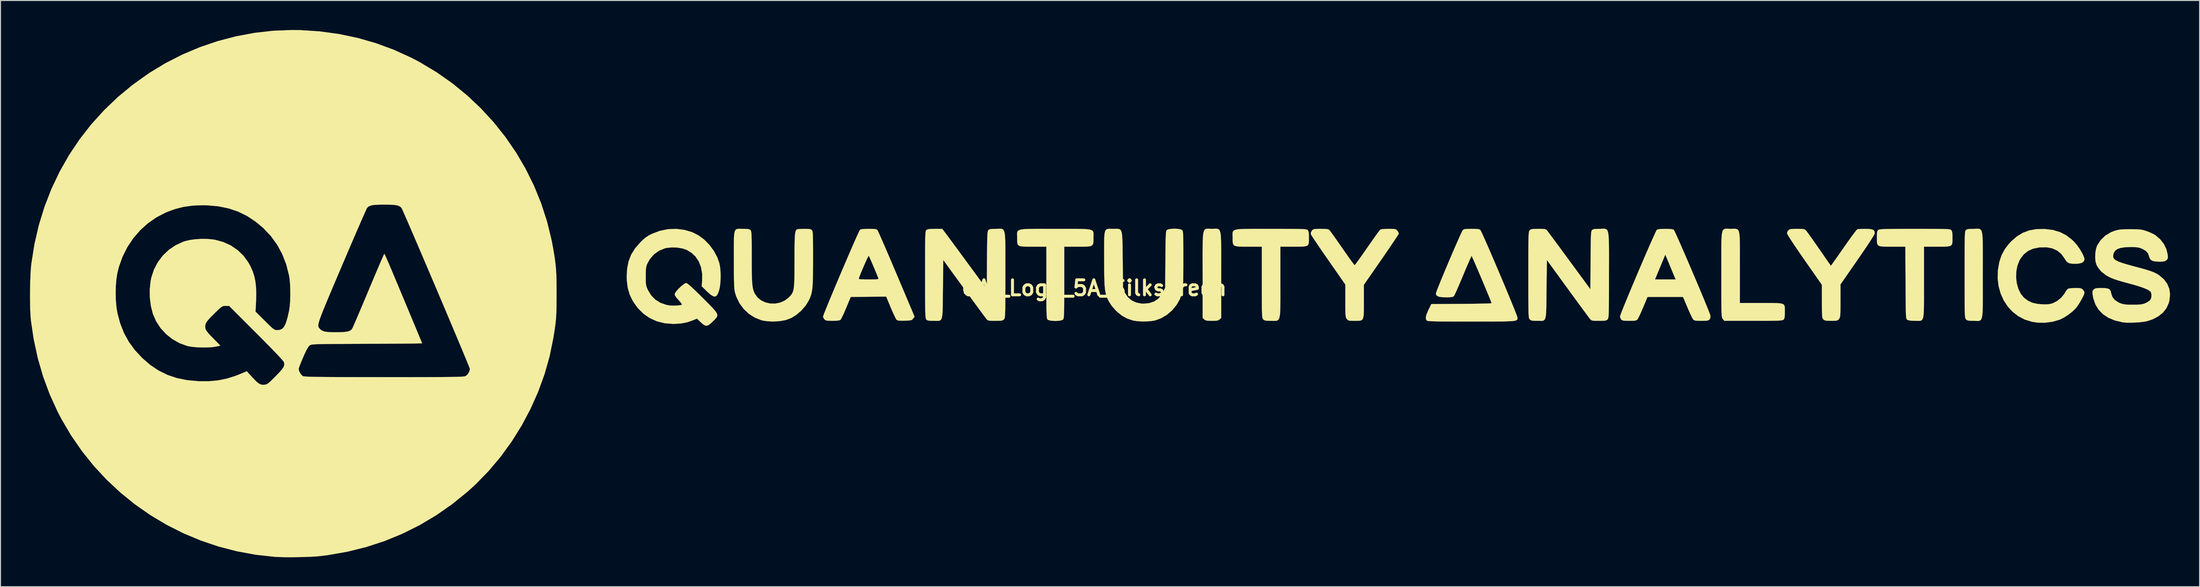
<source format=kicad_pcb>
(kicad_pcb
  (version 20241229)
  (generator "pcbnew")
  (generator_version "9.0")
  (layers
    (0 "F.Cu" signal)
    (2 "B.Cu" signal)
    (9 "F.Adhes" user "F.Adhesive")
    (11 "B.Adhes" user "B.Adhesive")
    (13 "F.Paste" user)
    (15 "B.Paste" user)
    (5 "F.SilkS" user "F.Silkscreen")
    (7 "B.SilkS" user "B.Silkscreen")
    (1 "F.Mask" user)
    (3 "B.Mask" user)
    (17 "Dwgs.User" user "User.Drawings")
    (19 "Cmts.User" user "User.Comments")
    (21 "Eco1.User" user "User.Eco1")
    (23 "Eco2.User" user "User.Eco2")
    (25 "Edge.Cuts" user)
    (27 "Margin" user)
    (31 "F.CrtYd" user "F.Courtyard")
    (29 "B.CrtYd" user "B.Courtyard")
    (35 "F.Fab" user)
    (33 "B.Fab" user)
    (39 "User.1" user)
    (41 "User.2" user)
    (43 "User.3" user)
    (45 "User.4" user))
  (footprint "QAI_Logo_5A_Silkscreen"
    (layer "F.Cu")
    (at 108.245 26.266)
    (property "Reference" "QAI_Logo_5A_Silkscreen" (at 0 0 0) (layer "F.SilkS") (effects (font (size 1.524 1.524) (thickness 0.3))))
    (attr through_hole)
    (fp_poly (pts (xy 11.73 -6.031) (xy 11.912 -6.024) (xy 11.974 -6.023) (xy 12.164 -6.028) (xy 12.327 -6.035) (xy 12.465 -6.034) (xy 12.58 -6.015) (xy 12.674 -5.968) (xy 12.749 -5.881) (xy 12.807 -5.746) (xy 12.851 -5.551) (xy 12.882 -5.286) (xy 12.902 -4.941) (xy 12.914 -4.506) (xy 12.919 -3.97) (xy 12.92 -3.324) (xy 12.919 -2.556) (xy 12.918 -1.656) (xy 12.918 -1.345) (xy 12.918 3.042) (xy 12.759 3.19) (xy 12.657 3.265) (xy 12.524 3.309) (xy 12.323 3.332) (xy 12.017 3.338) (xy 11.974 3.338) (xy 11.655 3.333) (xy 11.443 3.313) (xy 11.304 3.271) (xy 11.201 3.2) (xy 11.19 3.19) (xy 11.031 3.042) (xy 11.031 -1.345) (xy 11.03 -2.288) (xy 11.028 -3.097) (xy 11.029 -3.78) (xy 11.033 -4.35) (xy 11.042 -4.815) (xy 11.06 -5.187) (xy 11.087 -5.476) (xy 11.126 -5.691) (xy 11.18 -5.845) (xy 11.249 -5.945) (xy 11.337 -6.004) (xy 11.445 -6.031) (xy 11.575 -6.036) (xy 11.73 -6.031)) (stroke (width 0.01) (type solid)) (fill yes) (layer "F.SilkS"))
    (fp_poly (pts (xy 89.941 -6.033) (xy 90.054 -6.014) (xy 90.147 -5.965) (xy 90.221 -5.877) (xy 90.278 -5.741) (xy 90.321 -5.544) (xy 90.352 -5.278) (xy 90.372 -4.931) (xy 90.384 -4.493) (xy 90.389 -3.955) (xy 90.39 -3.306) (xy 90.389 -2.535) (xy 90.388 -1.632) (xy 90.388 -1.343) (xy 90.389 -0.4) (xy 90.39 0.409) (xy 90.39 1.092) (xy 90.386 1.662) (xy 90.376 2.128) (xy 90.359 2.5) (xy 90.332 2.788) (xy 90.293 3.004) (xy 90.241 3.158) (xy 90.172 3.258) (xy 90.086 3.317) (xy 89.98 3.344) (xy 89.853 3.35) (xy 89.701 3.345) (xy 89.524 3.339) (xy 89.469 3.338) (xy 89.147 3.333) (xy 88.934 3.315) (xy 88.797 3.276) (xy 88.7 3.21) (xy 88.682 3.193) (xy 88.652 3.16) (xy 88.627 3.117) (xy 88.605 3.053) (xy 88.588 2.957) (xy 88.573 2.819) (xy 88.562 2.626) (xy 88.553 2.368) (xy 88.547 2.034) (xy 88.542 1.613) (xy 88.54 1.093) (xy 88.538 0.464) (xy 88.537 -0.287) (xy 88.537 -1.168) (xy 88.537 -1.368) (xy 88.537 -2.28) (xy 88.538 -3.057) (xy 88.54 -3.712) (xy 88.543 -4.255) (xy 88.547 -4.696) (xy 88.553 -5.048) (xy 88.562 -5.32) (xy 88.573 -5.524) (xy 88.587 -5.671) (xy 88.604 -5.772) (xy 88.624 -5.838) (xy 88.648 -5.88) (xy 88.67 -5.903) (xy 88.775 -5.965) (xy 88.942 -6.003) (xy 89.203 -6.02) (xy 89.457 -6.023) (xy 89.644 -6.028) (xy 89.805 -6.035) (xy 89.941 -6.033)) (stroke (width 0.01) (type solid)) (fill yes) (layer "F.SilkS"))
    (fp_poly (pts (xy 64.502 -6.03) (xy 64.686 -6.024) (xy 64.734 -6.023) (xy 64.94 -6.027) (xy 65.114 -6.032) (xy 65.258 -6.026) (xy 65.376 -5.998) (xy 65.47 -5.936) (xy 65.542 -5.83) (xy 65.596 -5.669) (xy 65.633 -5.44) (xy 65.658 -5.132) (xy 65.672 -4.735) (xy 65.678 -4.237) (xy 65.679 -3.627) (xy 65.678 -2.894) (xy 65.677 -2.105) (xy 65.677 1.524) (xy 67.843 1.524) (xy 68.498 1.523) (xy 69.023 1.524) (xy 69.431 1.533) (xy 69.738 1.554) (xy 69.957 1.594) (xy 70.104 1.658) (xy 70.192 1.751) (xy 70.236 1.879) (xy 70.251 2.048) (xy 70.251 2.264) (xy 70.249 2.444) (xy 70.244 2.772) (xy 70.226 2.987) (xy 70.188 3.123) (xy 70.125 3.21) (xy 70.116 3.218) (xy 70.071 3.248) (xy 70 3.273) (xy 69.889 3.293) (xy 69.725 3.308) (xy 69.495 3.32) (xy 69.184 3.328) (xy 68.779 3.333) (xy 68.267 3.337) (xy 67.633 3.338) (xy 67.037 3.338) (xy 64.091 3.338) (xy 63.941 3.147) (xy 63.909 3.105) (xy 63.883 3.055) (xy 63.861 2.987) (xy 63.842 2.89) (xy 63.827 2.752) (xy 63.816 2.561) (xy 63.807 2.307) (xy 63.8 1.978) (xy 63.796 1.564) (xy 63.793 1.051) (xy 63.791 0.43) (xy 63.79 -0.312) (xy 63.79 -1.184) (xy 63.79 -1.389) (xy 63.789 -2.327) (xy 63.788 -3.13) (xy 63.788 -3.809) (xy 63.792 -4.374) (xy 63.802 -4.836) (xy 63.82 -5.204) (xy 63.848 -5.489) (xy 63.888 -5.701) (xy 63.942 -5.851) (xy 64.013 -5.949) (xy 64.102 -6.006) (xy 64.212 -6.031) (xy 64.344 -6.036) (xy 64.502 -6.03)) (stroke (width 0.01) (type solid)) (fill yes) (layer "F.SilkS"))
    (fp_poly (pts (xy -1.789 -6.023) (xy -1.305 -6.016) (xy -0.92 -6.002) (xy -0.623 -5.977) (xy -0.404 -5.938) (xy -0.25 -5.885) (xy -0.151 -5.812) (xy -0.094 -5.72) (xy -0.07 -5.603) (xy -0.065 -5.461) (xy -0.07 -5.29) (xy -0.073 -5.132) (xy -0.073 -4.832) (xy -0.087 -4.605) (xy -0.132 -4.441) (xy -0.227 -4.33) (xy -0.387 -4.261) (xy -0.633 -4.225) (xy -0.981 -4.211) (xy -1.449 -4.209) (xy -1.673 -4.209) (xy -3.048 -4.209) (xy -3.048 -0.556) (xy -3.048 0.268) (xy -3.049 0.959) (xy -3.051 1.529) (xy -3.055 1.991) (xy -3.061 2.356) (xy -3.069 2.636) (xy -3.081 2.845) (xy -3.095 2.993) (xy -3.114 3.094) (xy -3.136 3.159) (xy -3.163 3.201) (xy -3.181 3.218) (xy -3.335 3.288) (xy -3.585 3.332) (xy -3.887 3.35) (xy -4.199 3.341) (xy -4.477 3.308) (xy -4.679 3.249) (xy -4.742 3.206) (xy -4.769 3.165) (xy -4.792 3.099) (xy -4.811 2.998) (xy -4.826 2.847) (xy -4.838 2.636) (xy -4.847 2.352) (xy -4.854 1.983) (xy -4.858 1.517) (xy -4.861 0.942) (xy -4.862 0.246) (xy -4.862 -0.568) (xy -4.862 -4.209) (xy -6.237 -4.209) (xy -6.758 -4.21) (xy -7.152 -4.218) (xy -7.436 -4.244) (xy -7.628 -4.298) (xy -7.747 -4.391) (xy -7.81 -4.532) (xy -7.834 -4.733) (xy -7.838 -5.003) (xy -7.838 -5.132) (xy -7.841 -5.328) (xy -7.845 -5.493) (xy -7.838 -5.629) (xy -7.807 -5.741) (xy -7.743 -5.829) (xy -7.633 -5.897) (xy -7.467 -5.947) (xy -7.232 -5.983) (xy -6.918 -6.006) (xy -6.514 -6.018) (xy -6.007 -6.024) (xy -5.387 -6.025) (xy -4.642 -6.024) (xy -3.955 -6.023) (xy -3.103 -6.024) (xy -2.385 -6.025) (xy -1.789 -6.023)) (stroke (width 0.01) (type solid)) (fill yes) (layer "F.SilkS"))
    (fp_poly (pts (xy 17.245 -6.024) (xy 17.986 -6.023) (xy 18.806 -6.023) (xy 19.492 -6.022) (xy 20.058 -6.02) (xy 20.516 -6.016) (xy 20.877 -6.01) (xy 21.154 -6.002) (xy 21.36 -5.99) (xy 21.505 -5.975) (xy 21.604 -5.957) (xy 21.668 -5.934) (xy 21.708 -5.906) (xy 21.724 -5.891) (xy 21.786 -5.786) (xy 21.823 -5.618) (xy 21.841 -5.357) (xy 21.844 -5.104) (xy 21.843 -4.811) (xy 21.829 -4.591) (xy 21.784 -4.432) (xy 21.69 -4.324) (xy 21.529 -4.258) (xy 21.284 -4.224) (xy 20.935 -4.211) (xy 20.466 -4.209) (xy 20.26 -4.209) (xy 18.941 -4.209) (xy 18.941 -0.627) (xy 18.942 0.235) (xy 18.943 0.962) (xy 18.94 1.567) (xy 18.933 2.06) (xy 18.917 2.453) (xy 18.89 2.757) (xy 18.849 2.984) (xy 18.793 3.144) (xy 18.717 3.249) (xy 18.62 3.31) (xy 18.498 3.338) (xy 18.349 3.345) (xy 18.171 3.341) (xy 17.992 3.338) (xy 17.668 3.334) (xy 17.455 3.315) (xy 17.317 3.277) (xy 17.22 3.213) (xy 17.199 3.193) (xy 17.167 3.156) (xy 17.139 3.109) (xy 17.117 3.039) (xy 17.099 2.933) (xy 17.084 2.78) (xy 17.073 2.567) (xy 17.066 2.281) (xy 17.06 1.911) (xy 17.057 1.444) (xy 17.055 0.868) (xy 17.054 0.17) (xy 17.054 -0.581) (xy 17.054 -4.209) (xy 15.712 -4.209) (xy 15.185 -4.21) (xy 14.786 -4.219) (xy 14.496 -4.246) (xy 14.299 -4.301) (xy 14.176 -4.394) (xy 14.111 -4.534) (xy 14.084 -4.732) (xy 14.079 -4.996) (xy 14.079 -5.116) (xy 14.075 -5.315) (xy 14.071 -5.482) (xy 14.078 -5.621) (xy 14.107 -5.734) (xy 14.17 -5.824) (xy 14.279 -5.894) (xy 14.443 -5.945) (xy 14.675 -5.981) (xy 14.986 -6.005) (xy 15.387 -6.018) (xy 15.89 -6.024) (xy 16.505 -6.025) (xy 17.245 -6.024)) (stroke (width 0.01) (type solid)) (fill yes) (layer "F.SilkS"))
    (fp_poly (pts (xy 84.286 -6.023) (xy 84.97 -6.022) (xy 85.533 -6.02) (xy 85.988 -6.016) (xy 86.346 -6.01) (xy 86.621 -6.001) (xy 86.825 -5.99) (xy 86.969 -5.975) (xy 87.066 -5.956) (xy 87.129 -5.933) (xy 87.169 -5.905) (xy 87.183 -5.891) (xy 87.245 -5.786) (xy 87.283 -5.618) (xy 87.3 -5.357) (xy 87.303 -5.104) (xy 87.303 -4.811) (xy 87.289 -4.591) (xy 87.244 -4.432) (xy 87.15 -4.324) (xy 86.989 -4.258) (xy 86.743 -4.224) (xy 86.394 -4.211) (xy 85.925 -4.209) (xy 85.719 -4.209) (xy 84.401 -4.209) (xy 84.401 -0.581) (xy 84.402 0.276) (xy 84.403 0.999) (xy 84.401 1.599) (xy 84.394 2.088) (xy 84.38 2.477) (xy 84.354 2.777) (xy 84.316 3) (xy 84.262 3.156) (xy 84.189 3.258) (xy 84.095 3.316) (xy 83.977 3.341) (xy 83.832 3.345) (xy 83.658 3.34) (xy 83.475 3.336) (xy 83.102 3.324) (xy 82.851 3.289) (xy 82.702 3.229) (xy 82.695 3.224) (xy 82.663 3.195) (xy 82.635 3.155) (xy 82.612 3.09) (xy 82.594 2.99) (xy 82.579 2.841) (xy 82.567 2.631) (xy 82.557 2.349) (xy 82.55 1.982) (xy 82.544 1.518) (xy 82.539 0.945) (xy 82.534 0.251) (xy 82.53 -0.547) (xy 82.51 -4.209) (xy 81.18 -4.209) (xy 80.665 -4.209) (xy 80.277 -4.217) (xy 79.998 -4.243) (xy 79.81 -4.298) (xy 79.695 -4.391) (xy 79.636 -4.535) (xy 79.614 -4.738) (xy 79.611 -5.013) (xy 79.611 -5.129) (xy 79.616 -5.457) (xy 79.634 -5.673) (xy 79.672 -5.808) (xy 79.735 -5.895) (xy 79.744 -5.903) (xy 79.785 -5.931) (xy 79.85 -5.954) (xy 79.953 -5.973) (xy 80.104 -5.988) (xy 80.316 -6) (xy 80.602 -6.009) (xy 80.973 -6.015) (xy 81.441 -6.019) (xy 82.019 -6.022) (xy 82.72 -6.023) (xy 83.47 -6.023) (xy 84.286 -6.023)) (stroke (width 0.01) (type solid)) (fill yes) (layer "F.SilkS"))
    (fp_poly (pts (xy 78.84 -6.012) (xy 79.111 -5.972) (xy 79.28 -5.894) (xy 79.368 -5.767) (xy 79.393 -5.583) (xy 79.393 -5.574) (xy 79.35 -5.457) (xy 79.22 -5.225) (xy 79.003 -4.878) (xy 78.7 -4.415) (xy 78.311 -3.837) (xy 77.836 -3.144) (xy 77.651 -2.877) (xy 75.91 -0.365) (xy 75.91 1.295) (xy 75.909 1.83) (xy 75.906 2.24) (xy 75.899 2.544) (xy 75.886 2.761) (xy 75.866 2.912) (xy 75.838 3.016) (xy 75.799 3.093) (xy 75.759 3.147) (xy 75.678 3.239) (xy 75.587 3.295) (xy 75.452 3.325) (xy 75.237 3.336) (xy 74.961 3.338) (xy 74.637 3.334) (xy 74.423 3.315) (xy 74.285 3.277) (xy 74.188 3.213) (xy 74.168 3.193) (xy 74.122 3.139) (xy 74.086 3.069) (xy 74.061 2.964) (xy 74.043 2.806) (xy 74.031 2.574) (xy 74.025 2.252) (xy 74.022 1.818) (xy 74.021 1.361) (xy 74.02 -0.327) (xy 72.246 -2.867) (xy 71.854 -3.431) (xy 71.496 -3.956) (xy 71.178 -4.427) (xy 70.909 -4.834) (xy 70.698 -5.164) (xy 70.551 -5.405) (xy 70.477 -5.545) (xy 70.47 -5.57) (xy 70.517 -5.742) (xy 70.612 -5.878) (xy 70.696 -5.945) (xy 70.809 -5.988) (xy 70.981 -6.012) (xy 71.245 -6.022) (xy 71.506 -6.023) (xy 71.849 -6.021) (xy 72.078 -6.009) (xy 72.226 -5.982) (xy 72.324 -5.935) (xy 72.403 -5.861) (xy 72.404 -5.86) (xy 72.483 -5.759) (xy 72.632 -5.556) (xy 72.839 -5.267) (xy 73.093 -4.909) (xy 73.38 -4.499) (xy 73.689 -4.055) (xy 73.733 -3.991) (xy 74.037 -3.553) (xy 74.313 -3.155) (xy 74.55 -2.812) (xy 74.739 -2.541) (xy 74.868 -2.355) (xy 74.927 -2.27) (xy 74.929 -2.267) (xy 74.973 -2.319) (xy 75.089 -2.477) (xy 75.267 -2.725) (xy 75.498 -3.051) (xy 75.77 -3.439) (xy 76.075 -3.876) (xy 76.225 -4.091) (xy 76.546 -4.55) (xy 76.845 -4.97) (xy 77.111 -5.336) (xy 77.333 -5.634) (xy 77.5 -5.848) (xy 77.601 -5.964) (xy 77.621 -5.979) (xy 77.74 -5.998) (xy 77.967 -6.013) (xy 78.262 -6.022) (xy 78.444 -6.023) (xy 78.84 -6.012)) (stroke (width 0.01) (type solid)) (fill yes) (layer "F.SilkS"))
    (fp_poly (pts (xy 30.281 -6.022) (xy 30.504 -6.011) (xy 30.646 -5.986) (xy 30.738 -5.939) (xy 30.813 -5.863) (xy 30.838 -5.832) (xy 30.942 -5.674) (xy 30.988 -5.553) (xy 30.988 -5.549) (xy 30.948 -5.471) (xy 30.833 -5.288) (xy 30.652 -5.011) (xy 30.414 -4.653) (xy 30.126 -4.226) (xy 29.798 -3.745) (xy 29.438 -3.221) (xy 29.21 -2.892) (xy 27.432 -0.327) (xy 27.432 1.361) (xy 27.432 1.948) (xy 27.428 2.405) (xy 27.411 2.75) (xy 27.374 2.997) (xy 27.31 3.164) (xy 27.21 3.265) (xy 27.068 3.317) (xy 26.876 3.337) (xy 26.626 3.339) (xy 26.494 3.338) (xy 26.182 3.336) (xy 25.98 3.322) (xy 25.853 3.289) (xy 25.765 3.228) (xy 25.696 3.147) (xy 25.647 3.078) (xy 25.61 2.997) (xy 25.584 2.885) (xy 25.565 2.722) (xy 25.554 2.488) (xy 25.548 2.163) (xy 25.546 1.728) (xy 25.545 1.3) (xy 25.545 -0.356) (xy 23.813 -2.845) (xy 23.44 -3.383) (xy 23.092 -3.888) (xy 22.779 -4.347) (xy 22.509 -4.747) (xy 22.291 -5.074) (xy 22.134 -5.315) (xy 22.047 -5.457) (xy 22.034 -5.486) (xy 22.048 -5.68) (xy 22.138 -5.831) (xy 22.213 -5.917) (xy 22.295 -5.973) (xy 22.415 -6.005) (xy 22.605 -6.019) (xy 22.897 -6.023) (xy 23.047 -6.023) (xy 23.402 -6.019) (xy 23.642 -6.005) (xy 23.796 -5.975) (xy 23.895 -5.925) (xy 23.93 -5.894) (xy 24.003 -5.802) (xy 24.147 -5.607) (xy 24.349 -5.326) (xy 24.599 -4.974) (xy 24.883 -4.568) (xy 25.191 -4.126) (xy 25.249 -4.043) (xy 25.555 -3.603) (xy 25.836 -3.205) (xy 26.08 -2.863) (xy 26.277 -2.592) (xy 26.416 -2.408) (xy 26.486 -2.325) (xy 26.491 -2.322) (xy 26.544 -2.38) (xy 26.668 -2.542) (xy 26.853 -2.795) (xy 27.088 -3.123) (xy 27.362 -3.511) (xy 27.665 -3.946) (xy 27.759 -4.082) (xy 28.073 -4.533) (xy 28.363 -4.947) (xy 28.621 -5.309) (xy 28.833 -5.603) (xy 28.989 -5.812) (xy 29.078 -5.922) (xy 29.089 -5.933) (xy 29.232 -5.982) (xy 29.513 -6.012) (xy 29.923 -6.023) (xy 29.944 -6.023) (xy 30.281 -6.022)) (stroke (width 0.01) (type solid)) (fill yes) (layer "F.SilkS"))
    (fp_poly (pts (xy 96.733 -6.003) (xy 97.531 -5.903) (xy 98.245 -5.69) (xy 98.89 -5.356) (xy 99.48 -4.896) (xy 99.748 -4.628) (xy 99.988 -4.341) (xy 100.221 -4.01) (xy 100.43 -3.667) (xy 100.597 -3.344) (xy 100.702 -3.074) (xy 100.729 -2.921) (xy 100.663 -2.719) (xy 100.469 -2.573) (xy 100.154 -2.489) (xy 99.817 -2.467) (xy 99.449 -2.478) (xy 99.189 -2.522) (xy 99.001 -2.616) (xy 98.849 -2.777) (xy 98.713 -2.995) (xy 98.376 -3.462) (xy 97.958 -3.81) (xy 97.458 -4.039) (xy 96.875 -4.149) (xy 96.209 -4.141) (xy 96.123 -4.132) (xy 95.507 -4.007) (xy 94.989 -3.777) (xy 94.56 -3.437) (xy 94.212 -2.982) (xy 94.1 -2.778) (xy 93.897 -2.245) (xy 93.789 -1.665) (xy 93.772 -1.066) (xy 93.844 -0.476) (xy 93.999 0.077) (xy 94.234 0.564) (xy 94.546 0.959) (xy 94.607 1.015) (xy 94.999 1.304) (xy 95.426 1.499) (xy 95.921 1.613) (xy 96.411 1.655) (xy 96.78 1.663) (xy 97.053 1.651) (xy 97.276 1.614) (xy 97.498 1.546) (xy 97.552 1.526) (xy 97.971 1.305) (xy 98.36 0.984) (xy 98.671 0.606) (xy 98.764 0.446) (xy 98.887 0.248) (xy 99.015 0.104) (xy 99.055 0.075) (xy 99.191 0.04) (xy 99.427 0.014) (xy 99.719 0.001) (xy 99.805 0) (xy 100.112 0.004) (xy 100.311 0.022) (xy 100.441 0.063) (xy 100.537 0.134) (xy 100.571 0.168) (xy 100.684 0.326) (xy 100.729 0.465) (xy 100.69 0.624) (xy 100.584 0.867) (xy 100.431 1.161) (xy 100.249 1.474) (xy 100.057 1.772) (xy 99.873 2.021) (xy 99.821 2.082) (xy 99.5 2.395) (xy 99.094 2.711) (xy 98.657 2.993) (xy 98.244 3.203) (xy 98.189 3.225) (xy 97.483 3.43) (xy 96.721 3.529) (xy 95.949 3.518) (xy 95.395 3.437) (xy 94.666 3.212) (xy 94.006 2.87) (xy 93.424 2.421) (xy 92.924 1.88) (xy 92.516 1.257) (xy 92.204 0.566) (xy 91.996 -0.181) (xy 91.899 -0.972) (xy 91.919 -1.794) (xy 92.064 -2.634) (xy 92.067 -2.649) (xy 92.298 -3.343) (xy 92.631 -3.965) (xy 93.084 -4.548) (xy 93.284 -4.757) (xy 93.849 -5.248) (xy 94.444 -5.613) (xy 95.087 -5.857) (xy 95.795 -5.987) (xy 96.588 -6.009) (xy 96.733 -6.003)) (stroke (width 0.01) (type solid)) (fill yes) (layer "F.SilkS"))
    (fp_poly (pts (xy 8.377 -6.03) (xy 8.661 -5.999) (xy 8.873 -5.941) (xy 8.951 -5.891) (xy 8.982 -5.845) (xy 9.007 -5.773) (xy 9.027 -5.661) (xy 9.042 -5.495) (xy 9.053 -5.262) (xy 9.061 -4.947) (xy 9.066 -4.538) (xy 9.069 -4.019) (xy 9.07 -3.378) (xy 9.07 -2.897) (xy 9.069 -2.13) (xy 9.065 -1.494) (xy 9.059 -0.973) (xy 9.049 -0.554) (xy 9.035 -0.222) (xy 9.017 0.037) (xy 8.995 0.239) (xy 8.967 0.398) (xy 8.96 0.428) (xy 8.732 1.097) (xy 8.384 1.715) (xy 7.935 2.263) (xy 7.401 2.723) (xy 6.801 3.078) (xy 6.194 3.297) (xy 5.812 3.363) (xy 5.346 3.398) (xy 4.849 3.401) (xy 4.376 3.372) (xy 3.981 3.311) (xy 3.919 3.295) (xy 3.345 3.099) (xy 2.843 2.825) (xy 2.367 2.445) (xy 2.207 2.292) (xy 1.779 1.807) (xy 1.48 1.341) (xy 1.463 1.306) (xy 1.358 1.082) (xy 1.271 0.867) (xy 1.2 0.645) (xy 1.143 0.402) (xy 1.1 0.12) (xy 1.067 -0.216) (xy 1.045 -0.622) (xy 1.03 -1.115) (xy 1.022 -1.71) (xy 1.018 -2.423) (xy 1.017 -2.982) (xy 1.016 -3.728) (xy 1.015 -4.342) (xy 1.019 -4.836) (xy 1.031 -5.224) (xy 1.055 -5.517) (xy 1.095 -5.73) (xy 1.156 -5.875) (xy 1.24 -5.964) (xy 1.351 -6.011) (xy 1.495 -6.028) (xy 1.673 -6.028) (xy 1.891 -6.024) (xy 1.936 -6.023) (xy 2.157 -6.027) (xy 2.34 -6.027) (xy 2.489 -6.014) (xy 2.607 -5.973) (xy 2.699 -5.893) (xy 2.767 -5.76) (xy 2.815 -5.563) (xy 2.848 -5.29) (xy 2.869 -4.926) (xy 2.882 -4.461) (xy 2.891 -3.881) (xy 2.898 -3.175) (xy 2.903 -2.805) (xy 2.939 0.109) (xy 3.136 0.508) (xy 3.423 0.931) (xy 3.81 1.258) (xy 4.28 1.479) (xy 4.818 1.586) (xy 5.012 1.594) (xy 5.602 1.539) (xy 6.111 1.366) (xy 6.533 1.079) (xy 6.865 0.679) (xy 6.991 0.449) (xy 7.221 -0.036) (xy 7.244 -2.902) (xy 7.25 -3.634) (xy 7.257 -4.234) (xy 7.265 -4.715) (xy 7.275 -5.092) (xy 7.287 -5.378) (xy 7.302 -5.587) (xy 7.32 -5.731) (xy 7.343 -5.825) (xy 7.371 -5.882) (xy 7.382 -5.896) (xy 7.524 -5.969) (xy 7.766 -6.015) (xy 8.065 -6.036) (xy 8.377 -6.03)) (stroke (width 0.01) (type solid)) (fill yes) (layer "F.SilkS"))
    (fp_poly (pts (xy 58.502 -6.013) (xy 58.789 -5.984) (xy 58.945 -5.936) (xy 58.95 -5.933) (xy 58.998 -5.852) (xy 59.097 -5.651) (xy 59.239 -5.343) (xy 59.419 -4.943) (xy 59.631 -4.464) (xy 59.869 -3.92) (xy 60.128 -3.324) (xy 60.401 -2.691) (xy 60.683 -2.035) (xy 60.967 -1.368) (xy 61.249 -0.705) (xy 61.521 -0.06) (xy 61.778 0.554) (xy 62.015 1.123) (xy 62.224 1.633) (xy 62.402 2.069) (xy 62.54 2.42) (xy 62.635 2.67) (xy 62.679 2.805) (xy 62.68 2.814) (xy 62.677 3.046) (xy 62.591 3.195) (xy 62.512 3.263) (xy 62.4 3.305) (xy 62.224 3.328) (xy 61.952 3.337) (xy 61.758 3.338) (xy 61.421 3.334) (xy 61.197 3.319) (xy 61.055 3.287) (xy 60.963 3.232) (xy 60.93 3.2) (xy 60.86 3.088) (xy 60.747 2.867) (xy 60.605 2.565) (xy 60.445 2.209) (xy 60.349 1.985) (xy 59.893 0.907) (xy 56.285 0.907) (xy 55.832 1.986) (xy 55.67 2.363) (xy 55.517 2.7) (xy 55.387 2.971) (xy 55.291 3.15) (xy 55.256 3.201) (xy 55.176 3.266) (xy 55.059 3.307) (xy 54.873 3.329) (xy 54.586 3.338) (xy 54.429 3.338) (xy 54.089 3.334) (xy 53.863 3.318) (xy 53.72 3.285) (xy 53.63 3.23) (xy 53.605 3.206) (xy 53.509 3.028) (xy 53.485 2.896) (xy 53.513 2.794) (xy 53.593 2.575) (xy 53.719 2.25) (xy 53.885 1.835) (xy 54.086 1.343) (xy 54.315 0.787) (xy 54.566 0.183) (xy 54.835 -0.458) (xy 55.009 -0.871) (xy 57.039 -0.871) (xy 59.148 -0.871) (xy 59.033 -1.143) (xy 58.957 -1.323) (xy 58.843 -1.596) (xy 58.708 -1.921) (xy 58.602 -2.177) (xy 58.464 -2.509) (xy 58.337 -2.813) (xy 58.237 -3.052) (xy 58.188 -3.168) (xy 58.09 -3.397) (xy 57.68 -2.406) (xy 57.524 -2.03) (xy 57.378 -1.679) (xy 57.256 -1.386) (xy 57.171 -1.184) (xy 57.154 -1.143) (xy 57.039 -0.871) (xy 55.009 -0.871) (xy 55.114 -1.12) (xy 55.399 -1.791) (xy 55.683 -2.456) (xy 55.96 -3.101) (xy 56.225 -3.713) (xy 56.472 -4.279) (xy 56.694 -4.783) (xy 56.887 -5.214) (xy 57.043 -5.556) (xy 57.158 -5.795) (xy 57.226 -5.919) (xy 57.237 -5.933) (xy 57.384 -5.981) (xy 57.665 -6.012) (xy 58.066 -6.023) (xy 58.093 -6.023) (xy 58.502 -6.013)) (stroke (width 0.01) (type solid)) (fill yes) (layer "F.SilkS"))
    (fp_poly (pts (xy -22.572 -6.02) (xy -22.331 -6.006) (xy -22.178 -5.978) (xy -22.084 -5.932) (xy -22.047 -5.896) (xy -22.001 -5.809) (xy -21.903 -5.599) (xy -21.759 -5.279) (xy -21.574 -4.859) (xy -21.353 -4.352) (xy -21.101 -3.769) (xy -20.823 -3.121) (xy -20.524 -2.42) (xy -20.209 -1.678) (xy -20.103 -1.427) (xy -18.269 2.915) (xy -18.413 3.108) (xy -18.488 3.198) (xy -18.575 3.256) (xy -18.705 3.29) (xy -18.912 3.309) (xy -19.228 3.322) (xy -19.267 3.323) (xy -19.623 3.328) (xy -19.863 3.316) (xy -20.014 3.283) (xy -20.096 3.235) (xy -20.164 3.133) (xy -20.273 2.922) (xy -20.412 2.626) (xy -20.57 2.271) (xy -20.686 1.999) (xy -21.155 0.872) (xy -22.958 0.89) (xy -24.762 0.907) (xy -25.229 2.032) (xy -25.391 2.413) (xy -25.544 2.75) (xy -25.676 3.018) (xy -25.773 3.193) (xy -25.816 3.248) (xy -25.961 3.297) (xy -26.233 3.328) (xy -26.611 3.338) (xy -26.942 3.334) (xy -27.161 3.317) (xy -27.303 3.282) (xy -27.4 3.222) (xy -27.432 3.193) (xy -27.541 3.038) (xy -27.577 2.909) (xy -27.549 2.813) (xy -27.47 2.598) (xy -27.344 2.278) (xy -27.178 1.867) (xy -26.978 1.378) (xy -26.749 0.825) (xy -26.497 0.223) (xy -26.229 -0.416) (xy -26.014 -0.925) (xy -23.949 -0.925) (xy -23.881 -0.906) (xy -23.693 -0.889) (xy -23.412 -0.877) (xy -23.063 -0.871) (xy -22.925 -0.871) (xy -22.504 -0.874) (xy -22.212 -0.884) (xy -22.031 -0.902) (xy -21.947 -0.93) (xy -21.937 -0.962) (xy -22.049 -1.241) (xy -22.186 -1.575) (xy -22.337 -1.936) (xy -22.491 -2.301) (xy -22.638 -2.642) (xy -22.765 -2.935) (xy -22.863 -3.154) (xy -22.92 -3.274) (xy -22.929 -3.287) (xy -22.968 -3.239) (xy -23.05 -3.081) (xy -23.164 -2.839) (xy -23.3 -2.539) (xy -23.446 -2.206) (xy -23.592 -1.865) (xy -23.726 -1.542) (xy -23.837 -1.262) (xy -23.915 -1.051) (xy -23.949 -0.933) (xy -23.949 -0.925) (xy -26.014 -0.925) (xy -25.95 -1.078) (xy -25.665 -1.748) (xy -25.381 -2.413) (xy -25.104 -3.06) (xy -24.839 -3.675) (xy -24.592 -4.243) (xy -24.369 -4.752) (xy -24.175 -5.187) (xy -24.018 -5.535) (xy -23.902 -5.782) (xy -23.833 -5.915) (xy -23.82 -5.933) (xy -23.674 -5.982) (xy -23.39 -6.012) (xy -22.972 -6.023) (xy -22.93 -6.023) (xy -22.572 -6.02)) (stroke (width 0.01) (type solid)) (fill yes) (layer "F.SilkS"))
    (fp_poly (pts (xy -35.822 -6.024) (xy -35.729 -6.023) (xy -35.401 -6.018) (xy -35.185 -6) (xy -35.05 -5.962) (xy -34.963 -5.9) (xy -34.954 -5.891) (xy -34.923 -5.843) (xy -34.897 -5.768) (xy -34.877 -5.652) (xy -34.861 -5.479) (xy -34.85 -5.236) (xy -34.842 -4.908) (xy -34.838 -4.481) (xy -34.835 -3.939) (xy -34.834 -3.27) (xy -34.834 -3.143) (xy -34.833 -2.37) (xy -34.828 -1.726) (xy -34.818 -1.197) (xy -34.801 -0.766) (xy -34.777 -0.418) (xy -34.744 -0.138) (xy -34.701 0.09) (xy -34.646 0.282) (xy -34.578 0.453) (xy -34.516 0.58) (xy -34.238 0.968) (xy -33.868 1.266) (xy -33.432 1.47) (xy -32.952 1.577) (xy -32.454 1.584) (xy -31.961 1.49) (xy -31.498 1.29) (xy -31.088 0.982) (xy -31.086 0.98) (xy -30.941 0.836) (xy -30.822 0.701) (xy -30.725 0.558) (xy -30.649 0.394) (xy -30.59 0.194) (xy -30.547 -0.058) (xy -30.517 -0.376) (xy -30.497 -0.776) (xy -30.486 -1.272) (xy -30.481 -1.879) (xy -30.48 -2.612) (xy -30.48 -2.839) (xy -30.479 -3.584) (xy -30.475 -4.198) (xy -30.467 -4.693) (xy -30.454 -5.084) (xy -30.435 -5.383) (xy -30.409 -5.605) (xy -30.375 -5.762) (xy -30.332 -5.868) (xy -30.279 -5.936) (xy -30.24 -5.966) (xy -30.132 -5.991) (xy -29.918 -6.01) (xy -29.634 -6.021) (xy -29.493 -6.022) (xy -29.164 -6.018) (xy -28.948 -6) (xy -28.812 -5.963) (xy -28.724 -5.902) (xy -28.713 -5.891) (xy -28.682 -5.845) (xy -28.657 -5.772) (xy -28.637 -5.659) (xy -28.622 -5.491) (xy -28.611 -5.255) (xy -28.603 -4.937) (xy -28.598 -4.522) (xy -28.595 -3.998) (xy -28.594 -3.349) (xy -28.594 -2.97) (xy -28.596 -2.173) (xy -28.601 -1.505) (xy -28.611 -0.951) (xy -28.627 -0.493) (xy -28.653 -0.115) (xy -28.688 0.198) (xy -28.735 0.463) (xy -28.795 0.695) (xy -28.871 0.912) (xy -28.964 1.128) (xy -29.041 1.291) (xy -29.347 1.787) (xy -29.788 2.292) (xy -30.289 2.73) (xy -30.815 3.051) (xy -31.39 3.264) (xy -32.039 3.378) (xy -32.691 3.406) (xy -33.204 3.382) (xy -33.648 3.324) (xy -33.855 3.275) (xy -34.522 3.01) (xy -35.124 2.624) (xy -35.647 2.131) (xy -36.077 1.547) (xy -36.398 0.887) (xy -36.534 0.461) (xy -36.563 0.324) (xy -36.588 0.156) (xy -36.607 -0.056) (xy -36.622 -0.328) (xy -36.633 -0.675) (xy -36.641 -1.111) (xy -36.646 -1.652) (xy -36.648 -2.312) (xy -36.649 -2.884) (xy -36.65 -3.643) (xy -36.65 -4.27) (xy -36.647 -4.776) (xy -36.636 -5.176) (xy -36.613 -5.481) (xy -36.575 -5.704) (xy -36.518 -5.857) (xy -36.439 -5.954) (xy -36.333 -6.006) (xy -36.198 -6.027) (xy -36.028 -6.029) (xy -35.822 -6.024)) (stroke (width 0.01) (type solid)) (fill yes) (layer "F.SilkS"))
    (fp_poly (pts (xy -9.488 -6.034) (xy -9.373 -6.014) (xy -9.279 -5.966) (xy -9.204 -5.879) (xy -9.146 -5.743) (xy -9.102 -5.547) (xy -9.071 -5.282) (xy -9.051 -4.936) (xy -9.039 -4.5) (xy -9.034 -3.963) (xy -9.033 -3.314) (xy -9.034 -2.545) (xy -9.035 -1.644) (xy -9.035 -1.343) (xy -9.035 -0.436) (xy -9.036 0.337) (xy -9.038 0.987) (xy -9.04 1.526) (xy -9.045 1.964) (xy -9.051 2.312) (xy -9.06 2.583) (xy -9.071 2.786) (xy -9.085 2.934) (xy -9.102 3.037) (xy -9.123 3.106) (xy -9.148 3.153) (xy -9.173 3.186) (xy -9.251 3.255) (xy -9.353 3.3) (xy -9.51 3.325) (xy -9.755 3.336) (xy -10.056 3.338) (xy -10.393 3.337) (xy -10.617 3.327) (xy -10.76 3.301) (xy -10.856 3.253) (xy -10.936 3.176) (xy -10.97 3.135) (xy -11.046 3.037) (xy -11.198 2.834) (xy -11.417 2.538) (xy -11.695 2.161) (xy -12.021 1.716) (xy -12.388 1.215) (xy -12.786 0.67) (xy -13.206 0.094) (xy -13.244 0.042) (xy -15.349 -2.848) (xy -15.385 0.142) (xy -15.393 0.909) (xy -15.4 1.543) (xy -15.409 2.057) (xy -15.425 2.463) (xy -15.45 2.775) (xy -15.488 3.003) (xy -15.544 3.162) (xy -15.62 3.263) (xy -15.721 3.319) (xy -15.85 3.342) (xy -16.011 3.345) (xy -16.207 3.34) (xy -16.331 3.338) (xy -16.653 3.333) (xy -16.863 3.313) (xy -16.995 3.272) (xy -17.079 3.206) (xy -17.104 3.168) (xy -17.125 3.107) (xy -17.143 3.013) (xy -17.158 2.873) (xy -17.17 2.678) (xy -17.179 2.416) (xy -17.187 2.077) (xy -17.192 1.649) (xy -17.196 1.121) (xy -17.198 0.484) (xy -17.199 -0.275) (xy -17.199 -1.167) (xy -17.199 -1.355) (xy -17.199 -2.269) (xy -17.198 -3.048) (xy -17.197 -3.704) (xy -17.194 -4.248) (xy -17.19 -4.69) (xy -17.183 -5.043) (xy -17.175 -5.316) (xy -17.164 -5.521) (xy -17.15 -5.669) (xy -17.133 -5.771) (xy -17.113 -5.838) (xy -17.089 -5.88) (xy -17.067 -5.903) (xy -16.971 -5.961) (xy -16.82 -5.998) (xy -16.583 -6.017) (xy -16.233 -6.023) (xy -16.198 -6.023) (xy -15.461 -6.023) (xy -15.187 -5.672) (xy -15.088 -5.541) (xy -14.913 -5.307) (xy -14.673 -4.983) (xy -14.377 -4.582) (xy -14.035 -4.119) (xy -13.658 -3.606) (xy -13.255 -3.057) (xy -12.918 -2.598) (xy -10.922 0.125) (xy -10.903 -2.817) (xy -10.898 -3.557) (xy -10.892 -4.164) (xy -10.885 -4.654) (xy -10.876 -5.038) (xy -10.865 -5.332) (xy -10.851 -5.547) (xy -10.834 -5.699) (xy -10.812 -5.8) (xy -10.786 -5.863) (xy -10.765 -5.892) (xy -10.682 -5.956) (xy -10.554 -5.996) (xy -10.351 -6.017) (xy -10.039 -6.023) (xy -9.979 -6.023) (xy -9.788 -6.028) (xy -9.626 -6.035) (xy -9.488 -6.034)) (stroke (width 0.01) (type solid)) (fill yes) (layer "F.SilkS"))
    (fp_poly (pts (xy 38.746 -6.02) (xy 38.985 -6.007) (xy 39.139 -5.98) (xy 39.237 -5.935) (xy 39.29 -5.887) (xy 39.345 -5.79) (xy 39.45 -5.574) (xy 39.598 -5.252) (xy 39.783 -4.837) (xy 39.999 -4.345) (xy 40.242 -3.788) (xy 40.504 -3.181) (xy 40.78 -2.537) (xy 41.064 -1.87) (xy 41.35 -1.195) (xy 41.633 -0.525) (xy 41.906 0.127) (xy 42.163 0.746) (xy 42.399 1.318) (xy 42.608 1.829) (xy 42.784 2.266) (xy 42.92 2.615) (xy 43.012 2.861) (xy 43.053 2.992) (xy 43.055 3.004) (xy 43.057 3.085) (xy 43.051 3.155) (xy 43.029 3.214) (xy 42.979 3.263) (xy 42.89 3.303) (xy 42.754 3.336) (xy 42.558 3.361) (xy 42.294 3.379) (xy 41.949 3.393) (xy 41.515 3.402) (xy 40.981 3.407) (xy 40.336 3.41) (xy 39.57 3.411) (xy 38.673 3.411) (xy 38.349 3.411) (xy 37.426 3.411) (xy 36.638 3.409) (xy 35.974 3.407) (xy 35.423 3.404) (xy 34.975 3.398) (xy 34.618 3.391) (xy 34.343 3.382) (xy 34.138 3.37) (xy 33.993 3.356) (xy 33.898 3.339) (xy 33.841 3.318) (xy 33.815 3.298) (xy 33.738 3.139) (xy 33.739 2.925) (xy 33.821 2.636) (xy 33.988 2.253) (xy 34.007 2.213) (xy 34.29 1.633) (xy 37.356 1.614) (xy 38.007 1.609) (xy 38.611 1.602) (xy 39.153 1.593) (xy 39.618 1.583) (xy 39.991 1.572) (xy 40.257 1.56) (xy 40.401 1.549) (xy 40.422 1.542) (xy 40.395 1.459) (xy 40.319 1.262) (xy 40.202 0.971) (xy 40.051 0.603) (xy 39.875 0.178) (xy 39.68 -0.288) (xy 39.475 -0.774) (xy 39.268 -1.265) (xy 39.065 -1.74) (xy 38.876 -2.181) (xy 38.707 -2.571) (xy 38.566 -2.891) (xy 38.462 -3.123) (xy 38.401 -3.249) (xy 38.39 -3.266) (xy 38.352 -3.201) (xy 38.266 -3.019) (xy 38.14 -2.736) (xy 37.981 -2.368) (xy 37.795 -1.932) (xy 37.591 -1.445) (xy 37.526 -1.288) (xy 37.313 -0.781) (xy 37.113 -0.312) (xy 36.934 0.098) (xy 36.784 0.433) (xy 36.671 0.674) (xy 36.603 0.803) (xy 36.593 0.816) (xy 36.514 0.878) (xy 36.386 0.916) (xy 36.181 0.936) (xy 35.868 0.943) (xy 35.783 0.943) (xy 35.358 0.929) (xy 35.06 0.883) (xy 34.872 0.798) (xy 34.779 0.668) (xy 34.762 0.546) (xy 34.79 0.443) (xy 34.869 0.224) (xy 34.993 -0.095) (xy 35.155 -0.498) (xy 35.347 -0.968) (xy 35.563 -1.489) (xy 35.795 -2.044) (xy 36.037 -2.617) (xy 36.282 -3.192) (xy 36.522 -3.752) (xy 36.752 -4.28) (xy 36.963 -4.761) (xy 37.148 -5.178) (xy 37.302 -5.514) (xy 37.417 -5.753) (xy 37.485 -5.879) (xy 37.493 -5.89) (xy 37.568 -5.951) (xy 37.681 -5.99) (xy 37.859 -6.012) (xy 38.134 -6.022) (xy 38.39 -6.023) (xy 38.746 -6.02)) (stroke (width 0.01) (type solid)) (fill yes) (layer "F.SilkS"))
    (fp_poly (pts (xy -41.67 -5.914) (xy -40.874 -5.677) (xy -40.25 -5.361) (xy -39.664 -4.925) (xy -39.136 -4.39) (xy -38.686 -3.78) (xy -38.333 -3.118) (xy -38.129 -2.54) (xy -38.051 -2.132) (xy -38.007 -1.633) (xy -37.996 -1.093) (xy -38.02 -0.563) (xy -38.077 -0.092) (xy -38.128 0.145) (xy -38.249 0.515) (xy -38.38 0.753) (xy -38.536 0.863) (xy -38.729 0.845) (xy -38.975 0.704) (xy -39.285 0.439) (xy -39.383 0.346) (xy -39.924 -0.18) (xy -39.876 -0.761) (xy -39.875 -1.476) (xy -39.992 -2.129) (xy -40.22 -2.71) (xy -40.555 -3.209) (xy -40.992 -3.615) (xy -41.467 -3.892) (xy -41.904 -4.035) (xy -42.42 -4.118) (xy -42.959 -4.136) (xy -43.465 -4.087) (xy -43.695 -4.033) (xy -44.273 -3.792) (xy -44.772 -3.432) (xy -45.183 -2.961) (xy -45.446 -2.498) (xy -45.516 -2.33) (xy -45.563 -2.162) (xy -45.592 -1.959) (xy -45.606 -1.687) (xy -45.611 -1.313) (xy -45.611 -1.197) (xy -45.609 -0.805) (xy -45.6 -0.523) (xy -45.579 -0.313) (xy -45.538 -0.141) (xy -45.473 0.029) (xy -45.386 0.218) (xy -45.052 0.761) (xy -44.625 1.193) (xy -44.107 1.513) (xy -43.497 1.72) (xy -43.354 1.75) (xy -43.097 1.78) (xy -42.789 1.79) (xy -42.471 1.782) (xy -42.189 1.758) (xy -41.986 1.719) (xy -41.93 1.695) (xy -41.946 1.629) (xy -42.045 1.487) (xy -42.208 1.296) (xy -42.268 1.232) (xy -42.51 0.953) (xy -42.645 0.738) (xy -42.672 0.634) (xy -42.618 0.495) (xy -42.477 0.299) (xy -42.277 0.076) (xy -42.049 -0.145) (xy -41.822 -0.335) (xy -41.626 -0.466) (xy -41.502 -0.508) (xy -41.415 -0.475) (xy -41.269 -0.371) (xy -41.056 -0.19) (xy -40.768 0.076) (xy -40.398 0.433) (xy -39.938 0.888) (xy -39.825 1) (xy -39.36 1.465) (xy -38.99 1.84) (xy -38.709 2.139) (xy -38.51 2.377) (xy -38.387 2.568) (xy -38.335 2.725) (xy -38.346 2.864) (xy -38.414 2.998) (xy -38.534 3.142) (xy -38.699 3.309) (xy -38.777 3.387) (xy -39.056 3.649) (xy -39.275 3.799) (xy -39.465 3.841) (xy -39.657 3.776) (xy -39.883 3.606) (xy -40.02 3.48) (xy -40.408 3.113) (xy -40.833 3.29) (xy -41.388 3.482) (xy -41.972 3.598) (xy -42.63 3.646) (xy -42.853 3.649) (xy -43.695 3.581) (xy -44.478 3.385) (xy -45.197 3.062) (xy -45.843 2.616) (xy -46.41 2.05) (xy -46.478 1.968) (xy -46.922 1.333) (xy -47.241 0.679) (xy -47.444 -0.021) (xy -47.54 -0.792) (xy -47.55 -1.194) (xy -47.501 -2.014) (xy -47.349 -2.745) (xy -47.087 -3.408) (xy -46.705 -4.025) (xy -46.195 -4.617) (xy -46.19 -4.622) (xy -45.877 -4.928) (xy -45.607 -5.153) (xy -45.333 -5.333) (xy -45.01 -5.503) (xy -44.991 -5.512) (xy -44.188 -5.819) (xy -43.356 -5.988) (xy -42.51 -6.02) (xy -41.67 -5.914)) (stroke (width 0.01) (type solid)) (fill yes) (layer "F.SilkS"))
    (fp_poly (pts (xy 51.908 -6.034) (xy 52.023 -6.014) (xy 52.116 -5.966) (xy 52.191 -5.879) (xy 52.25 -5.743) (xy 52.293 -5.547) (xy 52.324 -5.282) (xy 52.344 -4.936) (xy 52.356 -4.5) (xy 52.362 -3.963) (xy 52.363 -3.314) (xy 52.362 -2.545) (xy 52.36 -1.644) (xy 52.36 -1.343) (xy 52.36 -0.436) (xy 52.359 0.337) (xy 52.358 0.987) (xy 52.355 1.526) (xy 52.351 1.964) (xy 52.344 2.312) (xy 52.336 2.583) (xy 52.325 2.786) (xy 52.311 2.934) (xy 52.294 3.037) (xy 52.273 3.106) (xy 52.248 3.153) (xy 52.222 3.186) (xy 52.144 3.255) (xy 52.042 3.3) (xy 51.885 3.325) (xy 51.641 3.336) (xy 51.339 3.338) (xy 51.003 3.337) (xy 50.779 3.327) (xy 50.635 3.301) (xy 50.539 3.253) (xy 50.459 3.176) (xy 50.425 3.136) (xy 50.35 3.038) (xy 50.198 2.835) (xy 49.979 2.539) (xy 49.701 2.163) (xy 49.375 1.718) (xy 49.008 1.217) (xy 48.61 0.672) (xy 48.19 0.095) (xy 48.151 0.042) (xy 46.047 -2.85) (xy 46.01 0.141) (xy 46.002 0.908) (xy 45.995 1.542) (xy 45.986 2.056) (xy 45.971 2.463) (xy 45.946 2.774) (xy 45.907 3.003) (xy 45.852 3.162) (xy 45.776 3.263) (xy 45.675 3.318) (xy 45.546 3.342) (xy 45.385 3.345) (xy 45.189 3.34) (xy 45.064 3.338) (xy 44.75 3.334) (xy 44.545 3.316) (xy 44.414 3.278) (xy 44.323 3.212) (xy 44.298 3.186) (xy 44.269 3.149) (xy 44.245 3.1) (xy 44.224 3.027) (xy 44.208 2.92) (xy 44.194 2.767) (xy 44.183 2.557) (xy 44.175 2.278) (xy 44.169 1.921) (xy 44.165 1.472) (xy 44.162 0.922) (xy 44.16 0.259) (xy 44.16 -0.528) (xy 44.16 -1.343) (xy 44.16 -2.249) (xy 44.161 -3.022) (xy 44.162 -3.672) (xy 44.165 -4.211) (xy 44.169 -4.649) (xy 44.176 -4.997) (xy 44.184 -5.268) (xy 44.195 -5.471) (xy 44.209 -5.619) (xy 44.226 -5.722) (xy 44.247 -5.791) (xy 44.272 -5.838) (xy 44.298 -5.871) (xy 44.376 -5.941) (xy 44.478 -5.985) (xy 44.635 -6.01) (xy 44.879 -6.021) (xy 45.181 -6.023) (xy 45.517 -6.022) (xy 45.741 -6.012) (xy 45.884 -5.987) (xy 45.979 -5.939) (xy 46.058 -5.861) (xy 46.095 -5.818) (xy 46.171 -5.719) (xy 46.323 -5.516) (xy 46.544 -5.22) (xy 46.822 -4.844) (xy 47.151 -4.4) (xy 47.519 -3.9) (xy 47.918 -3.357) (xy 48.34 -2.783) (xy 48.369 -2.744) (xy 50.473 0.124) (xy 50.492 -2.818) (xy 50.498 -3.557) (xy 50.503 -4.165) (xy 50.51 -4.654) (xy 50.519 -5.039) (xy 50.53 -5.332) (xy 50.544 -5.548) (xy 50.562 -5.699) (xy 50.583 -5.8) (xy 50.61 -5.863) (xy 50.631 -5.892) (xy 50.714 -5.956) (xy 50.841 -5.996) (xy 51.045 -6.017) (xy 51.357 -6.023) (xy 51.417 -6.023) (xy 51.607 -6.028) (xy 51.77 -6.035) (xy 51.908 -6.034)) (stroke (width 0.01) (type solid)) (fill yes) (layer "F.SilkS"))
    (fp_poly (pts (xy 105.845 -5.982) (xy 106.171 -5.972) (xy 106.422 -5.952) (xy 106.633 -5.916) (xy 106.84 -5.86) (xy 107.069 -5.783) (xy 107.385 -5.66) (xy 107.689 -5.519) (xy 107.923 -5.389) (xy 107.944 -5.374) (xy 108.425 -4.965) (xy 108.803 -4.479) (xy 109.064 -3.939) (xy 109.19 -3.403) (xy 109.211 -3.161) (xy 109.195 -3.012) (xy 109.132 -2.904) (xy 109.07 -2.841) (xy 108.963 -2.761) (xy 108.83 -2.714) (xy 108.631 -2.691) (xy 108.327 -2.685) (xy 108.309 -2.685) (xy 107.906 -2.706) (xy 107.621 -2.778) (xy 107.436 -2.909) (xy 107.329 -3.113) (xy 107.303 -3.221) (xy 107.193 -3.527) (xy 106.977 -3.772) (xy 106.638 -3.976) (xy 106.592 -3.997) (xy 106.392 -4.077) (xy 106.194 -4.128) (xy 105.957 -4.157) (xy 105.639 -4.169) (xy 105.41 -4.171) (xy 104.833 -4.149) (xy 104.383 -4.079) (xy 104.05 -3.954) (xy 103.822 -3.771) (xy 103.689 -3.523) (xy 103.655 -3.382) (xy 103.644 -3.215) (xy 103.677 -3.07) (xy 103.767 -2.939) (xy 103.928 -2.817) (xy 104.172 -2.697) (xy 104.512 -2.57) (xy 104.961 -2.43) (xy 105.533 -2.27) (xy 105.89 -2.175) (xy 106.499 -2.011) (xy 106.988 -1.872) (xy 107.377 -1.75) (xy 107.687 -1.637) (xy 107.938 -1.526) (xy 108.152 -1.41) (xy 108.313 -1.306) (xy 108.794 -0.9) (xy 109.141 -0.437) (xy 109.354 0.079) (xy 109.431 0.642) (xy 109.37 1.246) (xy 109.291 1.549) (xy 109.058 2.062) (xy 108.7 2.511) (xy 108.225 2.889) (xy 107.643 3.19) (xy 107.079 3.376) (xy 106.767 3.434) (xy 106.357 3.48) (xy 105.895 3.512) (xy 105.428 3.526) (xy 105.002 3.522) (xy 104.664 3.496) (xy 104.612 3.488) (xy 103.834 3.305) (xy 103.166 3.03) (xy 102.61 2.664) (xy 102.167 2.208) (xy 101.838 1.664) (xy 101.624 1.031) (xy 101.559 0.669) (xy 101.539 0.437) (xy 101.563 0.29) (xy 101.644 0.174) (xy 101.664 0.153) (xy 101.759 0.078) (xy 101.88 0.032) (xy 102.064 0.008) (xy 102.347 0.00032) (xy 102.455 0) (xy 102.841 0.011) (xy 103.108 0.053) (xy 103.28 0.141) (xy 103.383 0.286) (xy 103.44 0.504) (xy 103.447 0.545) (xy 103.573 0.92) (xy 103.829 1.232) (xy 104.21 1.477) (xy 104.344 1.535) (xy 104.546 1.607) (xy 104.747 1.654) (xy 104.984 1.682) (xy 105.295 1.694) (xy 105.664 1.696) (xy 106.066 1.692) (xy 106.36 1.678) (xy 106.58 1.649) (xy 106.764 1.601) (xy 106.948 1.53) (xy 106.949 1.529) (xy 107.181 1.406) (xy 107.368 1.27) (xy 107.439 1.193) (xy 107.526 0.971) (xy 107.548 0.713) (xy 107.506 0.478) (xy 107.422 0.341) (xy 107.203 0.193) (xy 106.86 0.035) (xy 106.389 -0.136) (xy 105.783 -0.32) (xy 105.265 -0.461) (xy 104.671 -0.621) (xy 104.195 -0.759) (xy 103.813 -0.883) (xy 103.5 -1.004) (xy 103.232 -1.129) (xy 102.986 -1.267) (xy 102.881 -1.333) (xy 102.425 -1.69) (xy 102.091 -2.107) (xy 101.943 -2.388) (xy 101.854 -2.71) (xy 101.818 -3.114) (xy 101.834 -3.55) (xy 101.899 -3.967) (xy 102.011 -4.312) (xy 102.032 -4.354) (xy 102.39 -4.894) (xy 102.851 -5.336) (xy 103.407 -5.671) (xy 103.803 -5.824) (xy 104.035 -5.89) (xy 104.258 -5.936) (xy 104.508 -5.965) (xy 104.82 -5.98) (xy 105.23 -5.985) (xy 105.41 -5.985) (xy 105.845 -5.982)) (stroke (width 0.01) (type solid)) (fill yes) (layer "F.SilkS"))
    (fp_poly (pts (xy -80.782 -26.25) (xy -78.792 -26.122) (xy -76.837 -25.856) (xy -74.922 -25.454) (xy -73.053 -24.918) (xy -71.236 -24.248) (xy -69.476 -23.447) (xy -68.562 -22.966) (xy -66.882 -21.957) (xy -65.289 -20.837) (xy -63.789 -19.612) (xy -62.386 -18.288) (xy -61.084 -16.873) (xy -59.889 -15.371) (xy -58.804 -13.79) (xy -57.834 -12.136) (xy -56.984 -10.416) (xy -56.259 -8.634) (xy -55.662 -6.799) (xy -55.199 -4.916) (xy -55.054 -4.159) (xy -54.951 -3.56) (xy -54.868 -3.036) (xy -54.804 -2.558) (xy -54.757 -2.096) (xy -54.723 -1.622) (xy -54.701 -1.106) (xy -54.689 -0.52) (xy -54.684 0.165) (xy -54.683 0.617) (xy -54.685 1.321) (xy -54.691 1.908) (xy -54.704 2.409) (xy -54.725 2.852) (xy -54.757 3.267) (xy -54.801 3.681) (xy -54.861 4.125) (xy -54.938 4.627) (xy -55.018 5.116) (xy -55.396 6.958) (xy -55.912 8.777) (xy -56.561 10.562) (xy -57.336 12.303) (xy -58.231 13.988) (xy -59.24 15.606) (xy -60.357 17.147) (xy -61.576 18.599) (xy -62.89 19.952) (xy -63.73 20.718) (xy -65.291 21.984) (xy -66.918 23.121) (xy -68.608 24.128) (xy -70.361 25.004) (xy -72.174 25.748) (xy -74.048 26.36) (xy -75.979 26.84) (xy -77.967 27.186) (xy -78.776 27.287) (xy -79.184 27.322) (xy -79.703 27.351) (xy -80.298 27.373) (xy -80.936 27.388) (xy -81.582 27.396) (xy -82.201 27.395) (xy -82.761 27.385) (xy -83.226 27.366) (xy -83.345 27.358) (xy -85.294 27.143) (xy -87.207 26.79) (xy -89.076 26.304) (xy -90.897 25.688) (xy -92.662 24.948) (xy -94.366 24.086) (xy -96.002 23.108) (xy -97.565 22.016) (xy -99.047 20.817) (xy -100.443 19.512) (xy -101.747 18.108) (xy -102.952 16.607) (xy -104.053 15.014) (xy -105.042 13.333) (xy -105.431 12.586) (xy -106.234 10.826) (xy -106.907 9.009) (xy -107.452 7.128) (xy -107.87 5.181) (xy -108.147 3.302) (xy -108.187 2.839) (xy -108.216 2.261) (xy -108.233 1.601) (xy -108.24 0.888) (xy -108.238 0.528) (xy -99.531 0.528) (xy -99.51 1.272) (xy -99.45 1.965) (xy -99.36 2.521) (xy -99.074 3.597) (xy -98.687 4.577) (xy -98.19 5.481) (xy -97.572 6.325) (xy -96.823 7.129) (xy -96.797 7.154) (xy -95.998 7.842) (xy -95.159 8.402) (xy -94.268 8.841) (xy -93.312 9.164) (xy -92.278 9.375) (xy -91.153 9.48) (xy -91.041 9.485) (xy -90.044 9.485) (xy -89.129 9.402) (xy -88.256 9.228) (xy -87.383 8.957) (xy -86.803 8.728) (xy -86.193 8.468) (xy -85.679 9.035) (xy -85.366 9.37) (xy -85.118 9.604) (xy -84.912 9.752) (xy -84.725 9.83) (xy -84.533 9.852) (xy -84.406 9.845) (xy -84.277 9.826) (xy -84.16 9.786) (xy -84.034 9.71) (xy -83.877 9.582) (xy -83.668 9.387) (xy -83.387 9.108) (xy -83.269 8.988) (xy -82.921 8.63) (xy -82.671 8.348) (xy -82.579 8.226) (xy -80.915 8.226) (xy -80.867 8.455) (xy -80.74 8.703) (xy -80.573 8.903) (xy -80.49 8.962) (xy -80.443 8.979) (xy -80.359 8.993) (xy -80.232 9.006) (xy -80.052 9.018) (xy -79.814 9.028) (xy -79.508 9.036) (xy -79.128 9.044) (xy -78.665 9.05) (xy -78.113 9.055) (xy -77.463 9.059) (xy -76.707 9.062) (xy -75.838 9.065) (xy -74.849 9.066) (xy -73.732 9.068) (xy -72.478 9.068) (xy -72.223 9.069) (xy -70.956 9.069) (xy -69.825 9.069) (xy -68.824 9.068) (xy -67.944 9.067) (xy -67.177 9.064) (xy -66.516 9.061) (xy -65.951 9.057) (xy -65.476 9.052) (xy -65.082 9.046) (xy -64.762 9.039) (xy -64.507 9.03) (xy -64.309 9.019) (xy -64.16 9.007) (xy -64.053 8.993) (xy -63.979 8.978) (xy -63.931 8.96) (xy -63.926 8.958) (xy -63.737 8.796) (xy -63.584 8.553) (xy -63.504 8.294) (xy -63.5 8.232) (xy -63.528 8.148) (xy -63.609 7.94) (xy -63.738 7.619) (xy -63.913 7.195) (xy -64.127 6.677) (xy -64.378 6.076) (xy -64.66 5.401) (xy -64.97 4.663) (xy -65.303 3.871) (xy -65.655 3.036) (xy -66.022 2.167) (xy -66.4 1.274) (xy -66.784 0.368) (xy -67.171 -0.542) (xy -67.555 -1.445) (xy -67.933 -2.332) (xy -68.3 -3.193) (xy -68.653 -4.017) (xy -68.986 -4.796) (xy -69.296 -5.517) (xy -69.579 -6.173) (xy -69.83 -6.752) (xy -70.045 -7.245) (xy -70.219 -7.642) (xy -70.349 -7.933) (xy -70.431 -8.108) (xy -70.457 -8.156) (xy -70.582 -8.275) (xy -70.737 -8.362) (xy -70.944 -8.424) (xy -71.226 -8.463) (xy -71.605 -8.484) (xy -72.103 -8.491) (xy -72.209 -8.491) (xy -72.731 -8.486) (xy -73.131 -8.467) (xy -73.43 -8.432) (xy -73.649 -8.375) (xy -73.81 -8.292) (xy -73.936 -8.179) (xy -73.957 -8.156) (xy -74.002 -8.07) (xy -74.099 -7.86) (xy -74.244 -7.536) (xy -74.433 -7.109) (xy -74.661 -6.587) (xy -74.924 -5.982) (xy -75.218 -5.302) (xy -75.538 -4.559) (xy -75.88 -3.761) (xy -76.239 -2.919) (xy -76.522 -2.255) (xy -76.962 -1.22) (xy -77.348 -0.31) (xy -77.684 0.483) (xy -77.972 1.168) (xy -78.215 1.754) (xy -78.417 2.249) (xy -78.58 2.663) (xy -78.708 3.002) (xy -78.803 3.277) (xy -78.868 3.495) (xy -78.907 3.666) (xy -78.922 3.798) (xy -78.917 3.899) (xy -78.894 3.978) (xy -78.856 4.043) (xy -78.807 4.104) (xy -78.761 4.156) (xy -78.624 4.283) (xy -78.456 4.375) (xy -78.234 4.438) (xy -77.935 4.477) (xy -77.534 4.495) (xy -77.107 4.499) (xy -76.595 4.493) (xy -76.206 4.47) (xy -75.919 4.425) (xy -75.713 4.355) (xy -75.567 4.253) (xy -75.467 4.128) (xy -75.419 4.03) (xy -75.321 3.811) (xy -75.178 3.483) (xy -74.996 3.06) (xy -74.78 2.554) (xy -74.535 1.978) (xy -74.268 1.344) (xy -73.983 0.666) (xy -73.803 0.236) (xy -73.513 -0.456) (xy -73.239 -1.107) (xy -72.986 -1.703) (xy -72.76 -2.234) (xy -72.565 -2.686) (xy -72.407 -3.049) (xy -72.29 -3.309) (xy -72.221 -3.455) (xy -72.204 -3.483) (xy -72.165 -3.419) (xy -72.079 -3.237) (xy -71.951 -2.953) (xy -71.789 -2.584) (xy -71.601 -2.145) (xy -71.393 -1.654) (xy -71.301 -1.433) (xy -70.825 -0.295) (xy -70.402 0.716) (xy -70.029 1.608) (xy -69.704 2.387) (xy -69.422 3.062) (xy -69.181 3.639) (xy -68.978 4.125) (xy -68.811 4.528) (xy -68.675 4.856) (xy -68.568 5.114) (xy -68.487 5.31) (xy -68.429 5.453) (xy -68.391 5.548) (xy -68.37 5.603) (xy -68.362 5.626) (xy -68.362 5.627) (xy -68.433 5.632) (xy -68.638 5.637) (xy -68.966 5.643) (xy -69.406 5.648) (xy -69.947 5.654) (xy -70.577 5.659) (xy -71.287 5.664) (xy -72.065 5.669) (xy -72.899 5.673) (xy -73.779 5.677) (xy -73.981 5.677) (xy -75.017 5.681) (xy -75.917 5.684) (xy -76.691 5.688) (xy -77.35 5.692) (xy -77.904 5.697) (xy -78.361 5.702) (xy -78.733 5.709) (xy -79.029 5.718) (xy -79.258 5.728) (xy -79.431 5.74) (xy -79.558 5.755) (xy -79.649 5.773) (xy -79.712 5.794) (xy -79.759 5.818) (xy -79.799 5.845) (xy -79.805 5.85) (xy -79.918 5.97) (xy -80.052 6.183) (xy -80.216 6.503) (xy -80.416 6.944) (xy -80.461 7.047) (xy -80.617 7.416) (xy -80.75 7.745) (xy -80.85 8.009) (xy -80.906 8.18) (xy -80.915 8.226) (xy -82.579 8.226) (xy -82.504 8.125) (xy -82.41 7.939) (xy -82.377 7.772) (xy -82.393 7.604) (xy -82.401 7.566) (xy -82.467 7.461) (xy -82.638 7.256) (xy -82.914 6.953) (xy -83.294 6.551) (xy -83.778 6.051) (xy -84.366 5.452) (xy -85.056 4.756) (xy -85.222 4.59) (xy -87.995 1.814) (xy -88.343 1.814) (xy -88.482 1.818) (xy -88.597 1.838) (xy -88.712 1.89) (xy -88.849 1.989) (xy -89.032 2.151) (xy -89.284 2.391) (xy -89.456 2.558) (xy -89.808 2.906) (xy -90.065 3.179) (xy -90.24 3.395) (xy -90.35 3.576) (xy -90.406 3.742) (xy -90.424 3.911) (xy -90.424 3.935) (xy -90.413 4.078) (xy -90.371 4.216) (xy -90.284 4.369) (xy -90.138 4.558) (xy -89.918 4.802) (xy -89.609 5.122) (xy -89.533 5.2) (xy -88.881 5.864) (xy -89.308 5.957) (xy -89.711 6.016) (xy -90.206 6.047) (xy -90.749 6.051) (xy -91.293 6.028) (xy -91.793 5.979) (xy -92.203 5.906) (xy -92.26 5.892) (xy -93.039 5.607) (xy -93.759 5.199) (xy -94.404 4.684) (xy -94.96 4.075) (xy -95.411 3.388) (xy -95.74 2.636) (xy -95.748 2.613) (xy -95.945 1.838) (xy -96.05 0.998) (xy -96.062 0.14) (xy -95.977 -0.688) (xy -95.898 -1.078) (xy -95.628 -1.894) (xy -95.236 -2.64) (xy -94.733 -3.306) (xy -94.131 -3.88) (xy -93.438 -4.35) (xy -92.667 -4.705) (xy -92.492 -4.765) (xy -91.995 -4.886) (xy -91.406 -4.966) (xy -90.773 -5.003) (xy -90.145 -4.993) (xy -89.569 -4.936) (xy -89.434 -4.913) (xy -88.592 -4.684) (xy -87.824 -4.335) (xy -87.137 -3.87) (xy -86.542 -3.298) (xy -86.045 -2.623) (xy -85.782 -2.141) (xy -85.58 -1.667) (xy -85.427 -1.186) (xy -85.32 -0.673) (xy -85.257 -0.105) (xy -85.234 0.543) (xy -85.248 1.294) (xy -85.273 1.798) (xy -85.308 2.398) (xy -84.359 3.34) (xy -84.024 3.671) (xy -83.773 3.914) (xy -83.587 4.082) (xy -83.448 4.189) (xy -83.337 4.249) (xy -83.235 4.275) (xy -83.123 4.282) (xy -83.076 4.282) (xy -82.834 4.257) (xy -82.631 4.175) (xy -82.459 4.021) (xy -82.309 3.781) (xy -82.173 3.44) (xy -82.043 2.986) (xy -81.91 2.403) (xy -81.886 2.286) (xy -81.823 1.858) (xy -81.782 1.328) (xy -81.764 0.739) (xy -81.768 0.132) (xy -81.794 -0.451) (xy -81.843 -0.969) (xy -81.889 -1.261) (xy -82.176 -2.395) (xy -82.582 -3.446) (xy -83.108 -4.416) (xy -83.754 -5.304) (xy -84.521 -6.113) (xy -85.306 -6.767) (xy -86.167 -7.334) (xy -87.073 -7.779) (xy -88.038 -8.105) (xy -89.073 -8.318) (xy -90.191 -8.419) (xy -90.642 -8.43) (xy -91.679 -8.392) (xy -92.636 -8.259) (xy -93.547 -8.025) (xy -94.402 -7.702) (xy -95.362 -7.208) (xy -96.245 -6.597) (xy -97.041 -5.879) (xy -97.744 -5.064) (xy -98.344 -4.163) (xy -98.833 -3.186) (xy -99.204 -2.144) (xy -99.359 -1.524) (xy -99.455 -0.916) (xy -99.513 -0.217) (xy -99.531 0.528) (xy -108.238 0.528) (xy -108.236 0.155) (xy -108.222 -0.57) (xy -108.197 -1.254) (xy -108.162 -1.866) (xy -108.117 -2.377) (xy -108.106 -2.467) (xy -107.791 -4.458) (xy -107.343 -6.396) (xy -106.764 -8.277) (xy -106.057 -10.095) (xy -105.226 -11.846) (xy -104.272 -13.527) (xy -103.199 -15.131) (xy -102.01 -16.656) (xy -100.706 -18.096) (xy -99.292 -19.448) (xy -97.769 -20.705) (xy -96.141 -21.865) (xy -96.121 -21.878) (xy -94.471 -22.88) (xy -92.752 -23.757) (xy -90.975 -24.508) (xy -89.149 -25.129) (xy -87.285 -25.618) (xy -85.393 -25.971) (xy -83.482 -26.187) (xy -81.562 -26.261) (xy -80.782 -26.25)) (stroke (width 0.01) (type solid)) (fill yes) (layer "F.SilkS")))
  (gr_rect
    (start -3 -3)
    (end 220.681 56.666)
    (stroke (width 0.1) (type default))
    (fill no)
    (layer "Edge.Cuts")))
</source>
